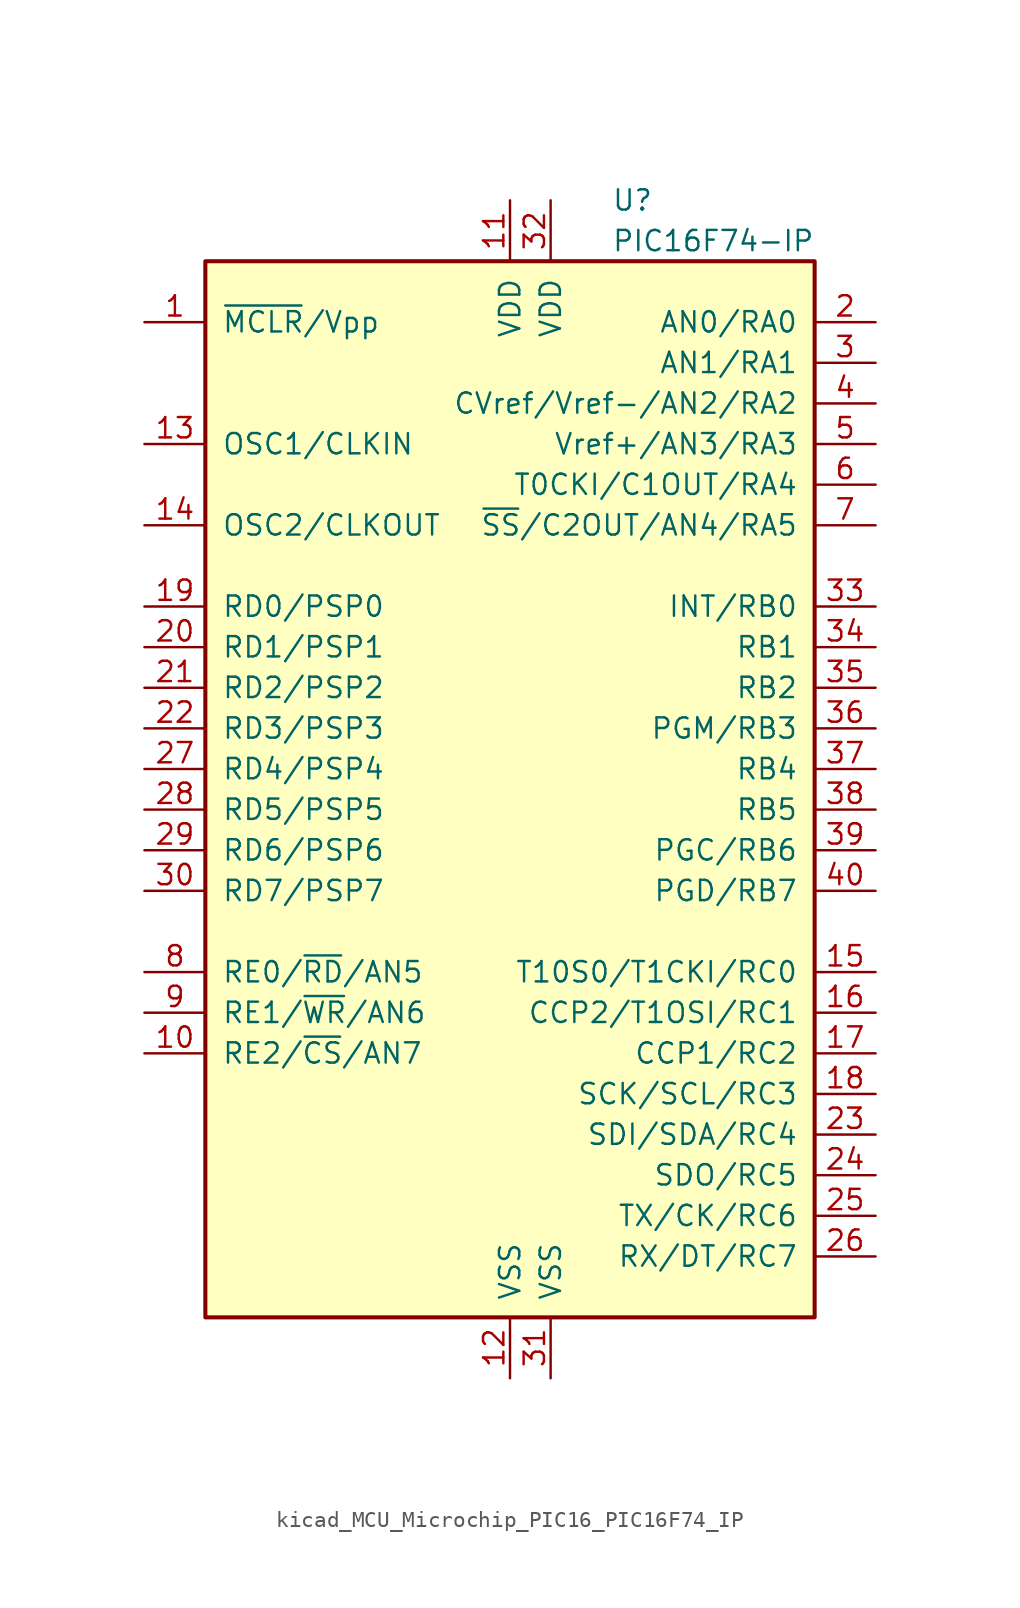
<source format=kicad_sym>
(kicad_symbol_lib
  (version 20220914)
  (generator kicad_symbol_editor)
  (symbol "kicad_MCU_Microchip_PIC16_PIC16F74_IP"
    (pin_names
      (offset 1.016))
    (property "Reference" "U"
      (at 6.35 35.56 0)
      (effects (font (size 1.27 1.27)) (justify left)))
    (property "Value" "PIC16F74-IP"
      (at 6.35 33.02 0)
      (effects (font (size 1.27 1.27)) (justify left)))
    (symbol "kicad_MCU_Microchip_PIC16_PIC16F74_IP_0_1"
      (rectangle (start -19.05 -34.29) (end 19.05 31.75) (stroke (width 0.254) (type default)) (fill (type background))))
    (symbol "kicad_MCU_Microchip_PIC16_PIC16F74_IP_1_1"
      (pin input line (at -22.86 27.94 0) (length 3.81) (name "~{MCLR}/Vpp" (effects (font (size 1.27 1.27)))) (number "1" (effects (font (size 1.27 1.27)))))
      (pin bidirectional line (at -22.86 -17.78 0) (length 3.81) (name "RE2/~{CS}/AN7" (effects (font (size 1.27 1.27)))) (number "10" (effects (font (size 1.27 1.27)))))
      (pin power_in line (at 0 35.56 270) (length 3.81) (name "VDD" (effects (font (size 1.27 1.27)))) (number "11" (effects (font (size 1.27 1.27)))))
      (pin power_in line (at 0 -38.1 90) (length 3.81) (name "VSS" (effects (font (size 1.27 1.27)))) (number "12" (effects (font (size 1.27 1.27)))))
      (pin input line (at -22.86 20.32 0) (length 3.81) (name "OSC1/CLKIN" (effects (font (size 1.27 1.27)))) (number "13" (effects (font (size 1.27 1.27)))))
      (pin output line (at -22.86 15.24 0) (length 3.81) (name "OSC2/CLKOUT" (effects (font (size 1.27 1.27)))) (number "14" (effects (font (size 1.27 1.27)))))
      (pin bidirectional line (at 22.86 -12.7 180) (length 3.81) (name "T10S0/T1CKI/RC0" (effects (font (size 1.27 1.27)))) (number "15" (effects (font (size 1.27 1.27)))))
      (pin bidirectional line (at 22.86 -15.24 180) (length 3.81) (name "CCP2/T1OSI/RC1" (effects (font (size 1.27 1.27)))) (number "16" (effects (font (size 1.27 1.27)))))
      (pin bidirectional line (at 22.86 -17.78 180) (length 3.81) (name "CCP1/RC2" (effects (font (size 1.27 1.27)))) (number "17" (effects (font (size 1.27 1.27)))))
      (pin bidirectional line (at 22.86 -20.32 180) (length 3.81) (name "SCK/SCL/RC3" (effects (font (size 1.27 1.27)))) (number "18" (effects (font (size 1.27 1.27)))))
      (pin bidirectional line (at -22.86 10.16 0) (length 3.81) (name "RD0/PSP0" (effects (font (size 1.27 1.27)))) (number "19" (effects (font (size 1.27 1.27)))))
      (pin bidirectional line (at 22.86 27.94 180) (length 3.81) (name "AN0/RA0" (effects (font (size 1.27 1.27)))) (number "2" (effects (font (size 1.27 1.27)))))
      (pin bidirectional line (at -22.86 7.62 0) (length 3.81) (name "RD1/PSP1" (effects (font (size 1.27 1.27)))) (number "20" (effects (font (size 1.27 1.27)))))
      (pin bidirectional line (at -22.86 5.08 0) (length 3.81) (name "RD2/PSP2" (effects (font (size 1.27 1.27)))) (number "21" (effects (font (size 1.27 1.27)))))
      (pin bidirectional line (at -22.86 2.54 0) (length 3.81) (name "RD3/PSP3" (effects (font (size 1.27 1.27)))) (number "22" (effects (font (size 1.27 1.27)))))
      (pin bidirectional line (at 22.86 -22.86 180) (length 3.81) (name "SDI/SDA/RC4" (effects (font (size 1.27 1.27)))) (number "23" (effects (font (size 1.27 1.27)))))
      (pin bidirectional line (at 22.86 -25.4 180) (length 3.81) (name "SDO/RC5" (effects (font (size 1.27 1.27)))) (number "24" (effects (font (size 1.27 1.27)))))
      (pin bidirectional line (at 22.86 -27.94 180) (length 3.81) (name "TX/CK/RC6" (effects (font (size 1.27 1.27)))) (number "25" (effects (font (size 1.27 1.27)))))
      (pin bidirectional line (at 22.86 -30.48 180) (length 3.81) (name "RX/DT/RC7" (effects (font (size 1.27 1.27)))) (number "26" (effects (font (size 1.27 1.27)))))
      (pin bidirectional line (at -22.86 0 0) (length 3.81) (name "RD4/PSP4" (effects (font (size 1.27 1.27)))) (number "27" (effects (font (size 1.27 1.27)))))
      (pin bidirectional line (at -22.86 -2.54 0) (length 3.81) (name "RD5/PSP5" (effects (font (size 1.27 1.27)))) (number "28" (effects (font (size 1.27 1.27)))))
      (pin bidirectional line (at -22.86 -5.08 0) (length 3.81) (name "RD6/PSP6" (effects (font (size 1.27 1.27)))) (number "29" (effects (font (size 1.27 1.27)))))
      (pin bidirectional line (at 22.86 25.4 180) (length 3.81) (name "AN1/RA1" (effects (font (size 1.27 1.27)))) (number "3" (effects (font (size 1.27 1.27)))))
      (pin bidirectional line (at -22.86 -7.62 0) (length 3.81) (name "RD7/PSP7" (effects (font (size 1.27 1.27)))) (number "30" (effects (font (size 1.27 1.27)))))
      (pin power_in line (at 2.54 -38.1 90) (length 3.81) (name "VSS" (effects (font (size 1.27 1.27)))) (number "31" (effects (font (size 1.27 1.27)))))
      (pin power_in line (at 2.54 35.56 270) (length 3.81) (name "VDD" (effects (font (size 1.27 1.27)))) (number "32" (effects (font (size 1.27 1.27)))))
      (pin bidirectional line (at 22.86 10.16 180) (length 3.81) (name "INT/RB0" (effects (font (size 1.27 1.27)))) (number "33" (effects (font (size 1.27 1.27)))))
      (pin bidirectional line (at 22.86 7.62 180) (length 3.81) (name "RB1" (effects (font (size 1.27 1.27)))) (number "34" (effects (font (size 1.27 1.27)))))
      (pin bidirectional line (at 22.86 5.08 180) (length 3.81) (name "RB2" (effects (font (size 1.27 1.27)))) (number "35" (effects (font (size 1.27 1.27)))))
      (pin bidirectional line (at 22.86 2.54 180) (length 3.81) (name "PGM/RB3" (effects (font (size 1.27 1.27)))) (number "36" (effects (font (size 1.27 1.27)))))
      (pin bidirectional line (at 22.86 0 180) (length 3.81) (name "RB4" (effects (font (size 1.27 1.27)))) (number "37" (effects (font (size 1.27 1.27)))))
      (pin bidirectional line (at 22.86 -2.54 180) (length 3.81) (name "RB5" (effects (font (size 1.27 1.27)))) (number "38" (effects (font (size 1.27 1.27)))))
      (pin bidirectional line (at 22.86 -5.08 180) (length 3.81) (name "PGC/RB6" (effects (font (size 1.27 1.27)))) (number "39" (effects (font (size 1.27 1.27)))))
      (pin bidirectional line (at 22.86 22.86 180) (length 3.81) (name "CVref/Vref-/AN2/RA2" (effects (font (size 1.27 1.27)))) (number "4" (effects (font (size 1.27 1.27)))))
      (pin bidirectional line (at 22.86 -7.62 180) (length 3.81) (name "PGD/RB7" (effects (font (size 1.27 1.27)))) (number "40" (effects (font (size 1.27 1.27)))))
      (pin bidirectional line (at 22.86 20.32 180) (length 3.81) (name "Vref+/AN3/RA3" (effects (font (size 1.27 1.27)))) (number "5" (effects (font (size 1.27 1.27)))))
      (pin bidirectional line (at 22.86 17.78 180) (length 3.81) (name "T0CKI/C1OUT/RA4" (effects (font (size 1.27 1.27)))) (number "6" (effects (font (size 1.27 1.27)))))
      (pin bidirectional line (at 22.86 15.24 180) (length 3.81) (name "~{SS}/C2OUT/AN4/RA5" (effects (font (size 1.27 1.27)))) (number "7" (effects (font (size 1.27 1.27)))))
      (pin bidirectional line (at -22.86 -12.7 0) (length 3.81) (name "RE0/~{RD}/AN5" (effects (font (size 1.27 1.27)))) (number "8" (effects (font (size 1.27 1.27)))))
      (pin bidirectional line (at -22.86 -15.24 0) (length 3.81) (name "RE1/~{WR}/AN6" (effects (font (size 1.27 1.27)))) (number "9" (effects (font (size 1.27 1.27))))))))
</source>
